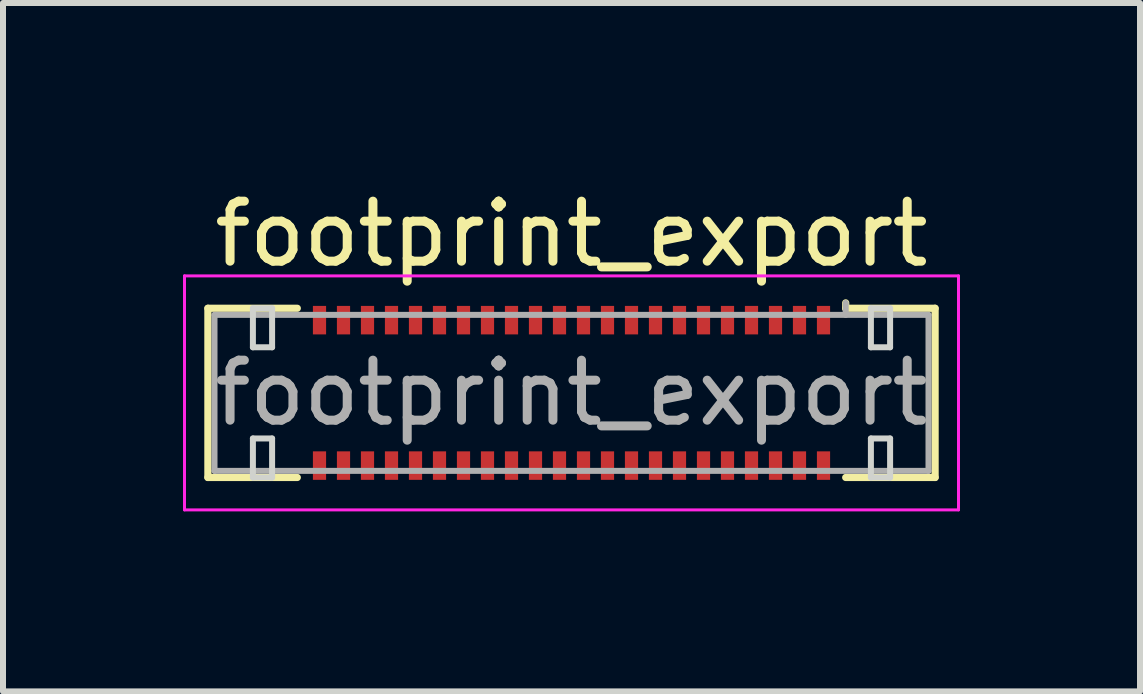
<source format=kicad_pcb>
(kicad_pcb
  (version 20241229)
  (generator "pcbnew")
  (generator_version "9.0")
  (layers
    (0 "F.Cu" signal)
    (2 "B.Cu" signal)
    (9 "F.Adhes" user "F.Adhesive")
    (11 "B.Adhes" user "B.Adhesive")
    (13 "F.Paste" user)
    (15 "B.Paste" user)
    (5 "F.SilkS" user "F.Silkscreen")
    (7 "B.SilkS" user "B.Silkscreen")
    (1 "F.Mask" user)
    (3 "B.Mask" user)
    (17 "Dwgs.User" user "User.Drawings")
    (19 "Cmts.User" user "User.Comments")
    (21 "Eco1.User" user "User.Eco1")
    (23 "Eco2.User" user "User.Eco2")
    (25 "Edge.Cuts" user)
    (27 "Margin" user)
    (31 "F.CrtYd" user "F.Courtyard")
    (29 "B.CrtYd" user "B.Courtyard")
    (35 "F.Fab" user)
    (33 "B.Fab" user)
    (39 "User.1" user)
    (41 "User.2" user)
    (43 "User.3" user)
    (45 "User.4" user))
  (footprint "footprint_export"
    (layer "F.Cu")
    (at 6.475 3.498)
    (property "Reference" "footprint_export" (at 0 -2.65 0) (layer "F.SilkS") (effects (font (size 1 1) (thickness 0.15))))
    (attr smd)
    (fp_line (start -6.06 -1.41) (end -4.57 -1.41) (stroke (width 0.12) (type solid)) (layer "F.SilkS"))
    (fp_line (start -6.06 1.41) (end -6.06 -1.41) (stroke (width 0.12) (type solid)) (layer "F.SilkS"))
    (fp_line (start -4.57 1.41) (end -6.06 1.41) (stroke (width 0.12) (type solid)) (layer "F.SilkS"))
    (fp_line (start 4.57 -1.41) (end 4.57 -1.5) (stroke (width 0.12) (type solid)) (layer "F.SilkS"))
    (fp_line (start 4.57 1.41) (end 6.06 1.41) (stroke (width 0.12) (type solid)) (layer "F.SilkS"))
    (fp_line (start 6.06 -1.41) (end 4.57 -1.41) (stroke (width 0.12) (type solid)) (layer "F.SilkS"))
    (fp_line (start 6.06 1.41) (end 6.06 -1.41) (stroke (width 0.12) (type solid)) (layer "F.SilkS"))
    (fp_line (start -5.31 -1.41) (end -5.31 -0.76) (stroke (width 0.1) (type solid)) (layer "Edge.Cuts"))
    (fp_line (start -5.31 -0.76) (end -4.99 -0.76) (stroke (width 0.1) (type solid)) (layer "Edge.Cuts"))
    (fp_line (start -5.31 0.76) (end -5.31 1.41) (stroke (width 0.1) (type solid)) (layer "Edge.Cuts"))
    (fp_line (start -5.31 1.41) (end -4.99 1.41) (stroke (width 0.1) (type solid)) (layer "Edge.Cuts"))
    (fp_line (start -4.99 -1.41) (end -5.31 -1.41) (stroke (width 0.1) (type solid)) (layer "Edge.Cuts"))
    (fp_line (start -4.99 -0.76) (end -4.99 -1.41) (stroke (width 0.1) (type solid)) (layer "Edge.Cuts"))
    (fp_line (start -4.99 0.76) (end -5.31 0.76) (stroke (width 0.1) (type solid)) (layer "Edge.Cuts"))
    (fp_line (start -4.99 1.41) (end -4.99 0.76) (stroke (width 0.1) (type solid)) (layer "Edge.Cuts"))
    (fp_line (start 4.99 -1.41) (end 4.99 -0.76) (stroke (width 0.1) (type solid)) (layer "Edge.Cuts"))
    (fp_line (start 4.99 -0.76) (end 5.31 -0.76) (stroke (width 0.1) (type solid)) (layer "Edge.Cuts"))
    (fp_line (start 4.99 0.76) (end 4.99 1.41) (stroke (width 0.1) (type solid)) (layer "Edge.Cuts"))
    (fp_line (start 4.99 1.41) (end 5.31 1.41) (stroke (width 0.1) (type solid)) (layer "Edge.Cuts"))
    (fp_line (start 5.31 -1.41) (end 4.99 -1.41) (stroke (width 0.1) (type solid)) (layer "Edge.Cuts"))
    (fp_line (start 5.31 -0.76) (end 5.31 -1.41) (stroke (width 0.1) (type solid)) (layer "Edge.Cuts"))
    (fp_line (start 5.31 0.76) (end 4.99 0.76) (stroke (width 0.1) (type solid)) (layer "Edge.Cuts"))
    (fp_line (start 5.31 1.41) (end 5.31 0.76) (stroke (width 0.1) (type solid)) (layer "Edge.Cuts"))
    (fp_line (start -6.45 -1.95) (end -6.45 1.95) (stroke (width 0.05) (type solid)) (layer "F.CrtYd"))
    (fp_line (start -6.45 1.95) (end 6.45 1.95) (stroke (width 0.05) (type solid)) (layer "F.CrtYd"))
    (fp_line (start 6.45 -1.95) (end -6.45 -1.95) (stroke (width 0.05) (type solid)) (layer "F.CrtYd"))
    (fp_line (start 6.45 1.95) (end 6.45 -1.95) (stroke (width 0.05) (type solid)) (layer "F.CrtYd"))
    (fp_line (start -5.95 -1.3) (end -5.95 1.3) (stroke (width 0.1) (type solid)) (layer "F.Fab"))
    (fp_line (start -5.95 1.3) (end 5.95 1.3) (stroke (width 0.1) (type solid)) (layer "F.Fab"))
    (fp_line (start 4.57 -1.3) (end 4.57 -1.5) (stroke (width 0.1) (type solid)) (layer "F.Fab"))
    (fp_line (start 5.95 -1.3) (end -5.95 -1.3) (stroke (width 0.1) (type solid)) (layer "F.Fab"))
    (fp_line (start 5.95 1.3) (end 5.95 -1.3) (stroke (width 0.1) (type solid)) (layer "F.Fab"))
    (fp_text user "${REFERENCE}" (at 0 0 0) (layer "F.Fab") (effects (font (size 1 1) (thickness 0.15))))
    (pad "1" smd rect (at 4.2 -1.212) (size 0.22 0.475) (layers "F.Cu" "F.Mask" "F.Paste"))
    (pad "2" smd rect (at 4.2 1.212) (size 0.22 0.475) (layers "F.Cu" "F.Mask" "F.Paste"))
    (pad "3" smd rect (at 3.8 -1.212) (size 0.22 0.475) (layers "F.Cu" "F.Mask" "F.Paste"))
    (pad "4" smd rect (at 3.8 1.212) (size 0.22 0.475) (layers "F.Cu" "F.Mask" "F.Paste"))
    (pad "5" smd rect (at 3.4 -1.212) (size 0.22 0.475) (layers "F.Cu" "F.Mask" "F.Paste"))
    (pad "6" smd rect (at 3.4 1.212) (size 0.22 0.475) (layers "F.Cu" "F.Mask" "F.Paste"))
    (pad "7" smd rect (at 3 -1.212) (size 0.22 0.475) (layers "F.Cu" "F.Mask" "F.Paste"))
    (pad "8" smd rect (at 3 1.212) (size 0.22 0.475) (layers "F.Cu" "F.Mask" "F.Paste"))
    (pad "9" smd rect (at 2.6 -1.212) (size 0.22 0.475) (layers "F.Cu" "F.Mask" "F.Paste"))
    (pad "10" smd rect (at 2.6 1.212) (size 0.22 0.475) (layers "F.Cu" "F.Mask" "F.Paste"))
    (pad "11" smd rect (at 2.2 -1.212) (size 0.22 0.475) (layers "F.Cu" "F.Mask" "F.Paste"))
    (pad "12" smd rect (at 2.2 1.212) (size 0.22 0.475) (layers "F.Cu" "F.Mask" "F.Paste"))
    (pad "13" smd rect (at 1.8 -1.212) (size 0.22 0.475) (layers "F.Cu" "F.Mask" "F.Paste"))
    (pad "14" smd rect (at 1.8 1.212) (size 0.22 0.475) (layers "F.Cu" "F.Mask" "F.Paste"))
    (pad "15" smd rect (at 1.4 -1.212) (size 0.22 0.475) (layers "F.Cu" "F.Mask" "F.Paste"))
    (pad "16" smd rect (at 1.4 1.212) (size 0.22 0.475) (layers "F.Cu" "F.Mask" "F.Paste"))
    (pad "17" smd rect (at 1 -1.212) (size 0.22 0.475) (layers "F.Cu" "F.Mask" "F.Paste"))
    (pad "18" smd rect (at 1 1.212) (size 0.22 0.475) (layers "F.Cu" "F.Mask" "F.Paste"))
    (pad "19" smd rect (at 0.6 -1.212) (size 0.22 0.475) (layers "F.Cu" "F.Mask" "F.Paste"))
    (pad "20" smd rect (at 0.6 1.212) (size 0.22 0.475) (layers "F.Cu" "F.Mask" "F.Paste"))
    (pad "21" smd rect (at 0.2 -1.212) (size 0.22 0.475) (layers "F.Cu" "F.Mask" "F.Paste"))
    (pad "22" smd rect (at 0.2 1.212) (size 0.22 0.475) (layers "F.Cu" "F.Mask" "F.Paste"))
    (pad "23" smd rect (at -0.2 -1.212) (size 0.22 0.475) (layers "F.Cu" "F.Mask" "F.Paste"))
    (pad "24" smd rect (at -0.2 1.212) (size 0.22 0.475) (layers "F.Cu" "F.Mask" "F.Paste"))
    (pad "25" smd rect (at -0.6 -1.212) (size 0.22 0.475) (layers "F.Cu" "F.Mask" "F.Paste"))
    (pad "26" smd rect (at -0.6 1.212) (size 0.22 0.475) (layers "F.Cu" "F.Mask" "F.Paste"))
    (pad "27" smd rect (at -1 -1.212) (size 0.22 0.475) (layers "F.Cu" "F.Mask" "F.Paste"))
    (pad "28" smd rect (at -1 1.212) (size 0.22 0.475) (layers "F.Cu" "F.Mask" "F.Paste"))
    (pad "29" smd rect (at -1.4 -1.212) (size 0.22 0.475) (layers "F.Cu" "F.Mask" "F.Paste"))
    (pad "30" smd rect (at -1.4 1.212) (size 0.22 0.475) (layers "F.Cu" "F.Mask" "F.Paste"))
    (pad "31" smd rect (at -1.8 -1.212) (size 0.22 0.475) (layers "F.Cu" "F.Mask" "F.Paste"))
    (pad "32" smd rect (at -1.8 1.212) (size 0.22 0.475) (layers "F.Cu" "F.Mask" "F.Paste"))
    (pad "33" smd rect (at -2.2 -1.212) (size 0.22 0.475) (layers "F.Cu" "F.Mask" "F.Paste"))
    (pad "34" smd rect (at -2.2 1.212) (size 0.22 0.475) (layers "F.Cu" "F.Mask" "F.Paste"))
    (pad "35" smd rect (at -2.6 -1.212) (size 0.22 0.475) (layers "F.Cu" "F.Mask" "F.Paste"))
    (pad "36" smd rect (at -2.6 1.212) (size 0.22 0.475) (layers "F.Cu" "F.Mask" "F.Paste"))
    (pad "37" smd rect (at -3 -1.212) (size 0.22 0.475) (layers "F.Cu" "F.Mask" "F.Paste"))
    (pad "38" smd rect (at -3 1.212) (size 0.22 0.475) (layers "F.Cu" "F.Mask" "F.Paste"))
    (pad "39" smd rect (at -3.4 -1.212) (size 0.22 0.475) (layers "F.Cu" "F.Mask" "F.Paste"))
    (pad "40" smd rect (at -3.4 1.212) (size 0.22 0.475) (layers "F.Cu" "F.Mask" "F.Paste"))
    (pad "41" smd rect (at -3.8 -1.212) (size 0.22 0.475) (layers "F.Cu" "F.Mask" "F.Paste"))
    (pad "42" smd rect (at -3.8 1.212) (size 0.22 0.475) (layers "F.Cu" "F.Mask" "F.Paste"))
    (pad "43" smd rect (at -4.2 -1.212) (size 0.22 0.475) (layers "F.Cu" "F.Mask" "F.Paste"))
    (pad "44" smd rect (at -4.2 1.212) (size 0.22 0.475) (layers "F.Cu" "F.Mask" "F.Paste")))
  (gr_rect
    (start -3 -3)
    (end 15.95 8.473)
    (stroke (width 0.1) (type default))
    (fill no)
    (layer "Edge.Cuts")))
</source>
